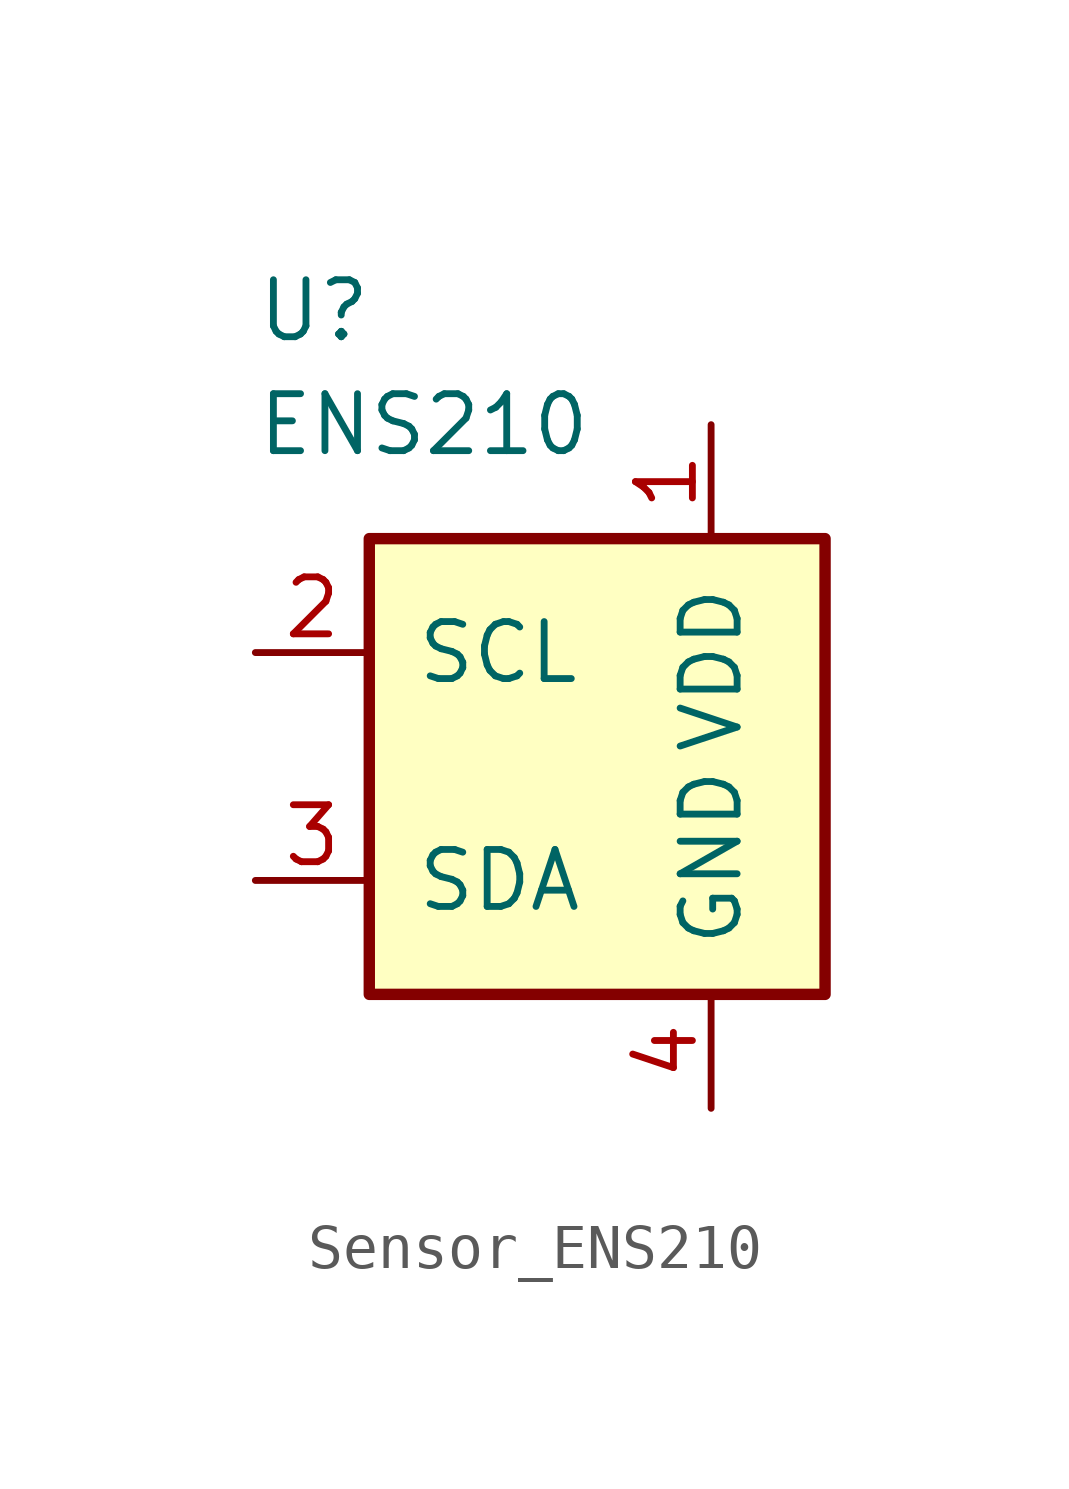
<source format=kicad_sym>
(kicad_symbol_lib
  (version 20241209)
  (generator "kicad_symbol_editor")
  (generator_version "9.0")
  (symbol "Sensor_ENS210"
    (pin_names
      (offset 1.016))
    (property "Reference" "U"
      (at -7.62 10.16 0)
      (effects (font (size 1.27 1.27)) (justify left)))
    (property "Value" "ENS210"
      (at -7.62 7.62 0)
      (effects (font (size 1.27 1.27)) (justify left)))
    (symbol "Sensor_ENS210_0_1"
      (rectangle (start -5.08 5.08) (end 5.08 -5.08) (stroke (width 0.254) (type default)) (fill (type background))))
    (symbol "Sensor_ENS210_1_1"
      (pin input line (at -7.62 2.54 0) (length 2.54) (name "SCL" (effects (font (size 1.27 1.27)))) (number "2" (effects (font (size 1.27 1.27)))))
      (pin bidirectional line (at -7.62 -2.54 0) (length 2.54) (name "SDA" (effects (font (size 1.27 1.27)))) (number "3" (effects (font (size 1.27 1.27)))))
      (pin power_in line (at 2.54 7.62 270) (length 2.54) (name "VDD" (effects (font (size 1.27 1.27)))) (number "1" (effects (font (size 1.27 1.27)))))
      (pin power_in line (at 2.54 -7.62 90) (length 2.54) (name "GND" (effects (font (size 1.27 1.27)))) (number "4" (effects (font (size 1.27 1.27)))))
      (pin passive line (at 2.54 -7.62 90) (length 2.54) (hide yes) (name "GND" (effects (font (size 1.27 1.27)))) (number "5" (effects (font (size 1.27 1.27))))))))
</source>
